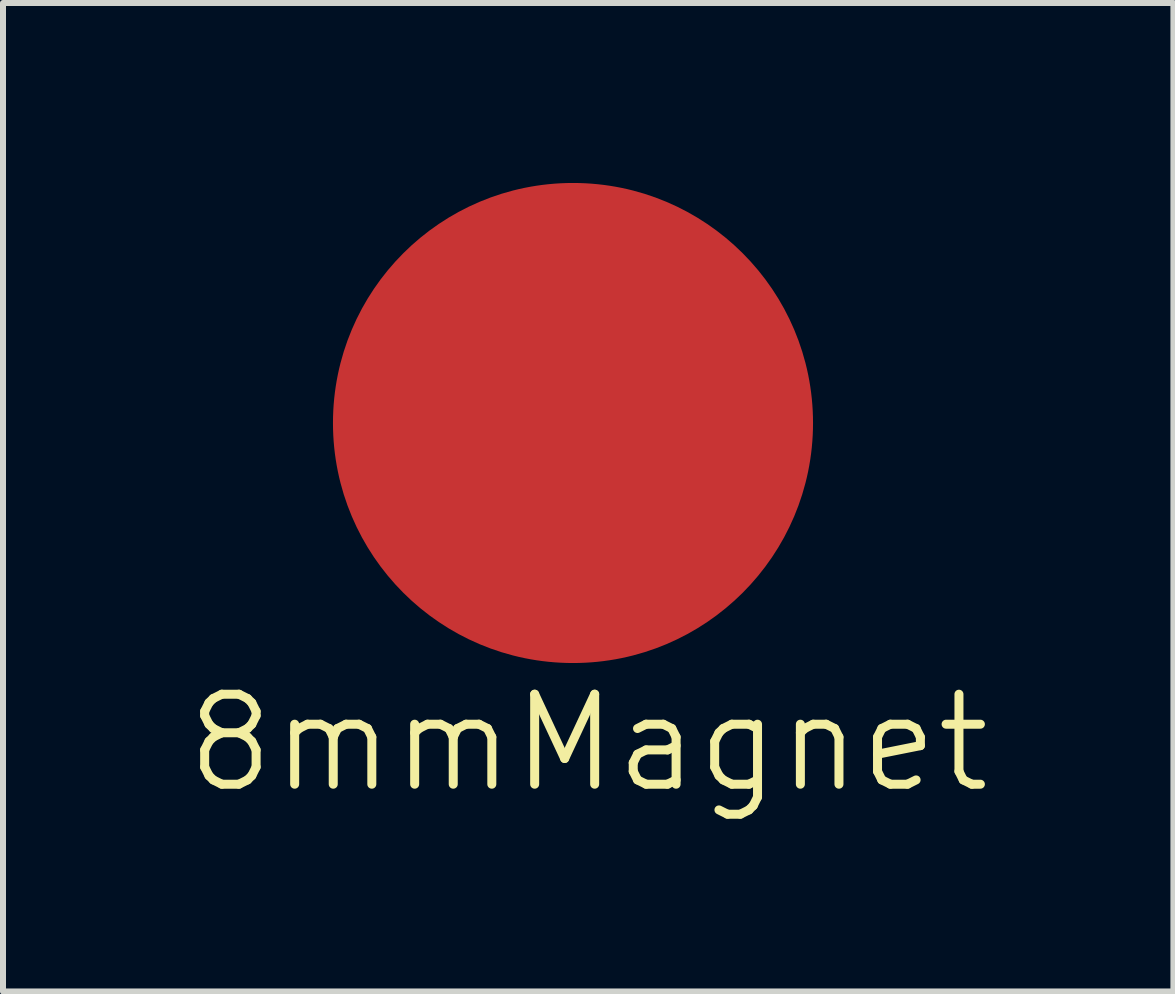
<source format=kicad_pcb>
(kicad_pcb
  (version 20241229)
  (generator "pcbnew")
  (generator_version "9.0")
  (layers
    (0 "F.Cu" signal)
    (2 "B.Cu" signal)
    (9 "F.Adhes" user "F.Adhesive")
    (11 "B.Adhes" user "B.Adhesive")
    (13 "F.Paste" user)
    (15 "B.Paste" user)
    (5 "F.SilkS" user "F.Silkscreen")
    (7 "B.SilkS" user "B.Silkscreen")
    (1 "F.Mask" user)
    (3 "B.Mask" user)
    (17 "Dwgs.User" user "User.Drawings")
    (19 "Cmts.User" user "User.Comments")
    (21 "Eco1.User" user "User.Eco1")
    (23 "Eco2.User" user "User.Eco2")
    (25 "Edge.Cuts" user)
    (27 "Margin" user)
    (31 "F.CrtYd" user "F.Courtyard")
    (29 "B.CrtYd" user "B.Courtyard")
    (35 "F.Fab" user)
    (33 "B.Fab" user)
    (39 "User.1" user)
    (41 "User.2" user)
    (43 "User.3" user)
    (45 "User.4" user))
  (footprint "8mmMagnet"
    (layer "F.Cu")
    (at 6.5 4)
    (property "Reference" "8mmMagnet" (at 0.254 5.334 0) (layer "F.SilkS") (effects (font (size 1.5 1.5) (thickness 0.15))))
    (attr through_hole)
    (pad "1" smd circle (at 0 0) (size 8.001 8.001) (layers "F.Cu" "F.Mask" "F.Paste")))
  (gr_rect
    (start -3 -3)
    (end 16.507 13.475)
    (stroke (width 0.1) (type default))
    (fill no)
    (layer "Edge.Cuts")))
</source>
